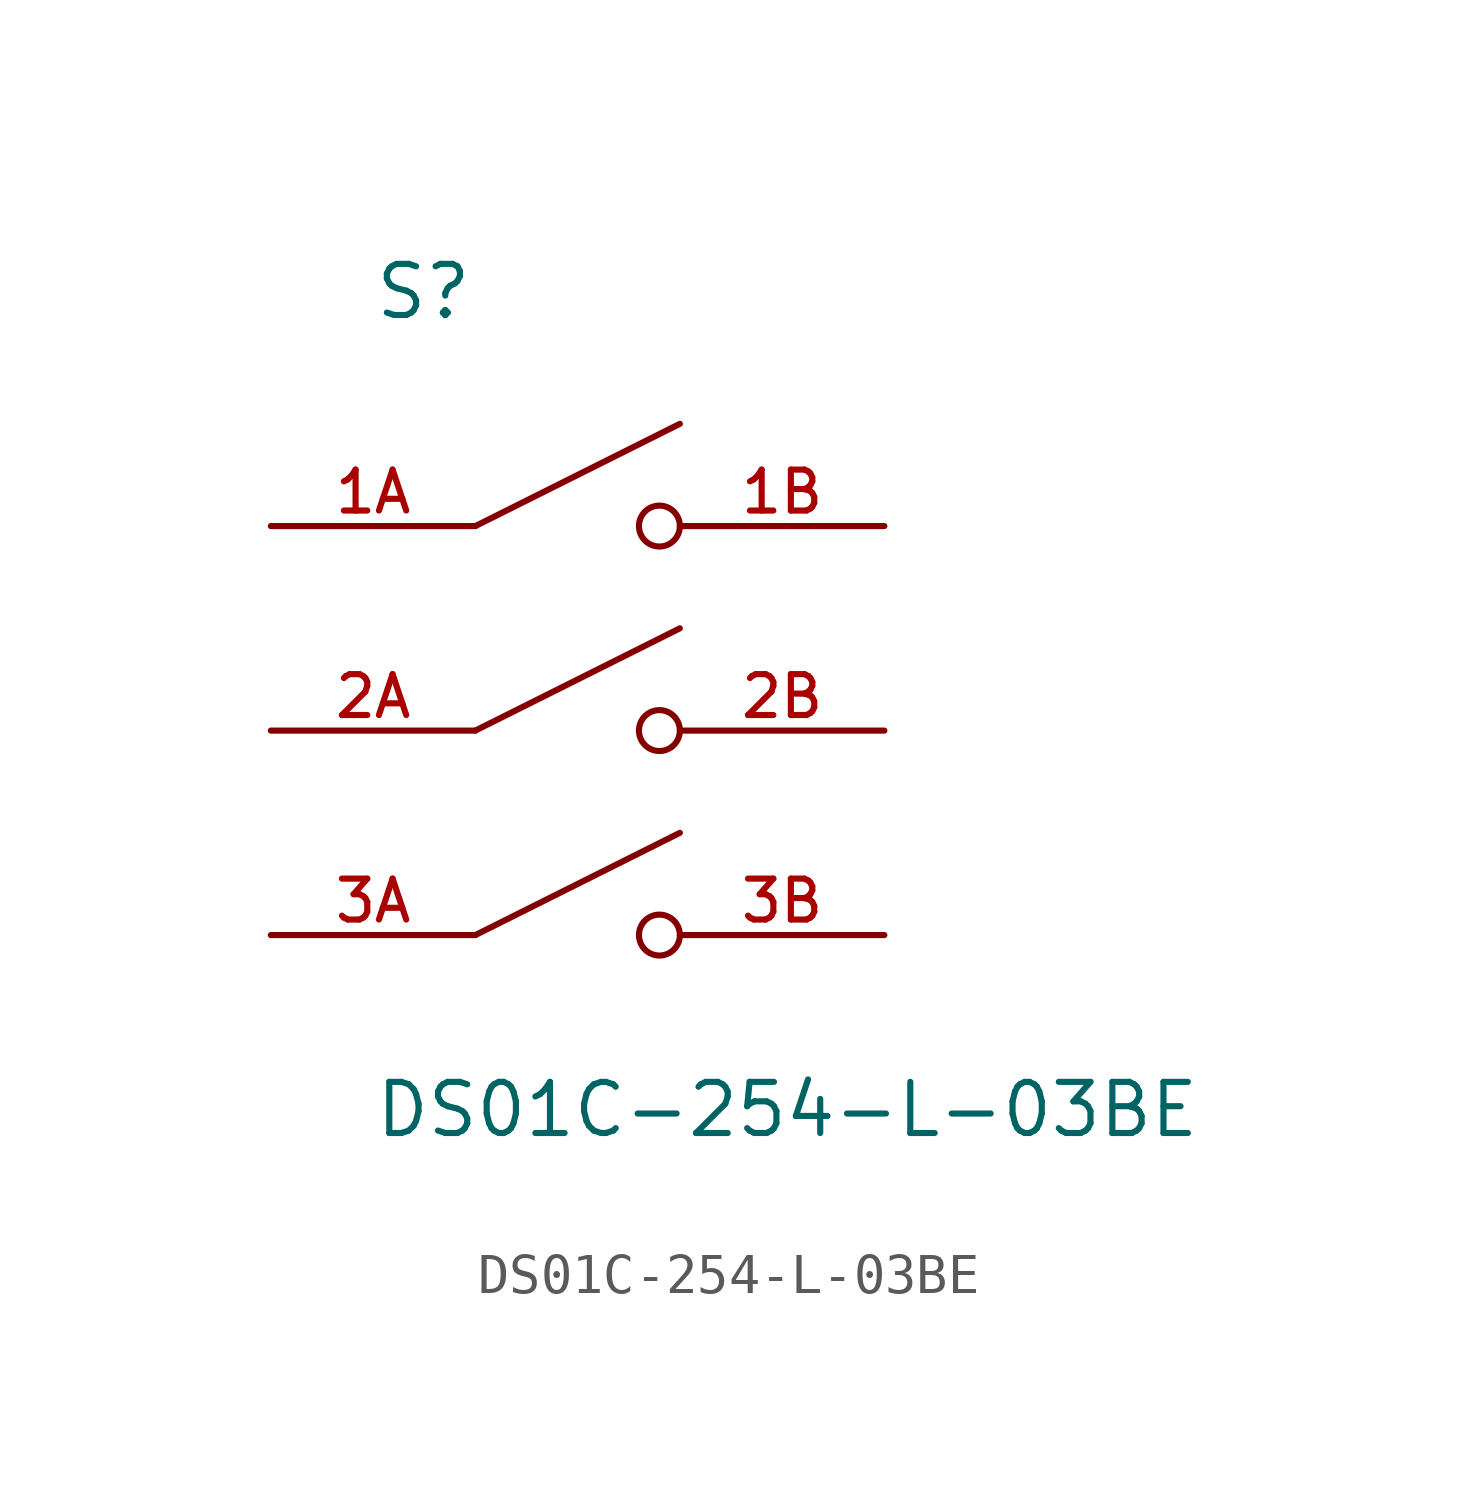
<source format=kicad_sym>
(kicad_symbol_lib
  (version 20211014)
  (generator kicad_symbol_editor)
  (symbol "DS01C-254-L-03BE"
    (pin_names
      (offset 1.016))
    (property "Reference" "S"
      (at -5.08 10.16 0)
      (effects (font (size 1.27 1.27)) (justify bottom left)))
    (property "Value" "DS01C-254-L-03BE"
      (at -5.08 -10.16 0)
      (effects (font (size 1.27 1.27)) (justify bottom left)))
    (symbol "DS01C-254-L-03BE_0_0"
      (polyline (pts (xy -2.54 5.08) (xy 2.54 7.62)) (stroke (width 0.152)))
      (circle (center 2.032 5.08) (radius 0.508) (stroke (width 0.152)) (fill (type none)))
      (polyline (pts (xy -2.54 0.0) (xy 2.54 2.54)) (stroke (width 0.152)))
      (circle (center 2.032 0.0) (radius 0.508) (stroke (width 0.152)) (fill (type none)))
      (polyline (pts (xy -2.54 -5.08) (xy 2.54 -2.54)) (stroke (width 0.152)))
      (circle (center 2.032 -5.08) (radius 0.508) (stroke (width 0.152)) (fill (type none)))
      (pin passive line (at -7.62 5.08 0) (length 5.08) (name "~" (effects (font (size 1.016 1.016)))) (number "1A" (effects (font (size 1.016 1.016)))))
      (pin passive line (at 7.62 5.08 180.0) (length 5.08) (name "~" (effects (font (size 1.016 1.016)))) (number "1B" (effects (font (size 1.016 1.016)))))
      (pin passive line (at -7.62 0.0 0) (length 5.08) (name "~" (effects (font (size 1.016 1.016)))) (number "2A" (effects (font (size 1.016 1.016)))))
      (pin passive line (at -7.62 -5.08 0) (length 5.08) (name "~" (effects (font (size 1.016 1.016)))) (number "3A" (effects (font (size 1.016 1.016)))))
      (pin passive line (at 7.62 0.0 180.0) (length 5.08) (name "~" (effects (font (size 1.016 1.016)))) (number "2B" (effects (font (size 1.016 1.016)))))
      (pin passive line (at 7.62 -5.08 180.0) (length 5.08) (name "~" (effects (font (size 1.016 1.016)))) (number "3B" (effects (font (size 1.016 1.016))))))))
</source>
